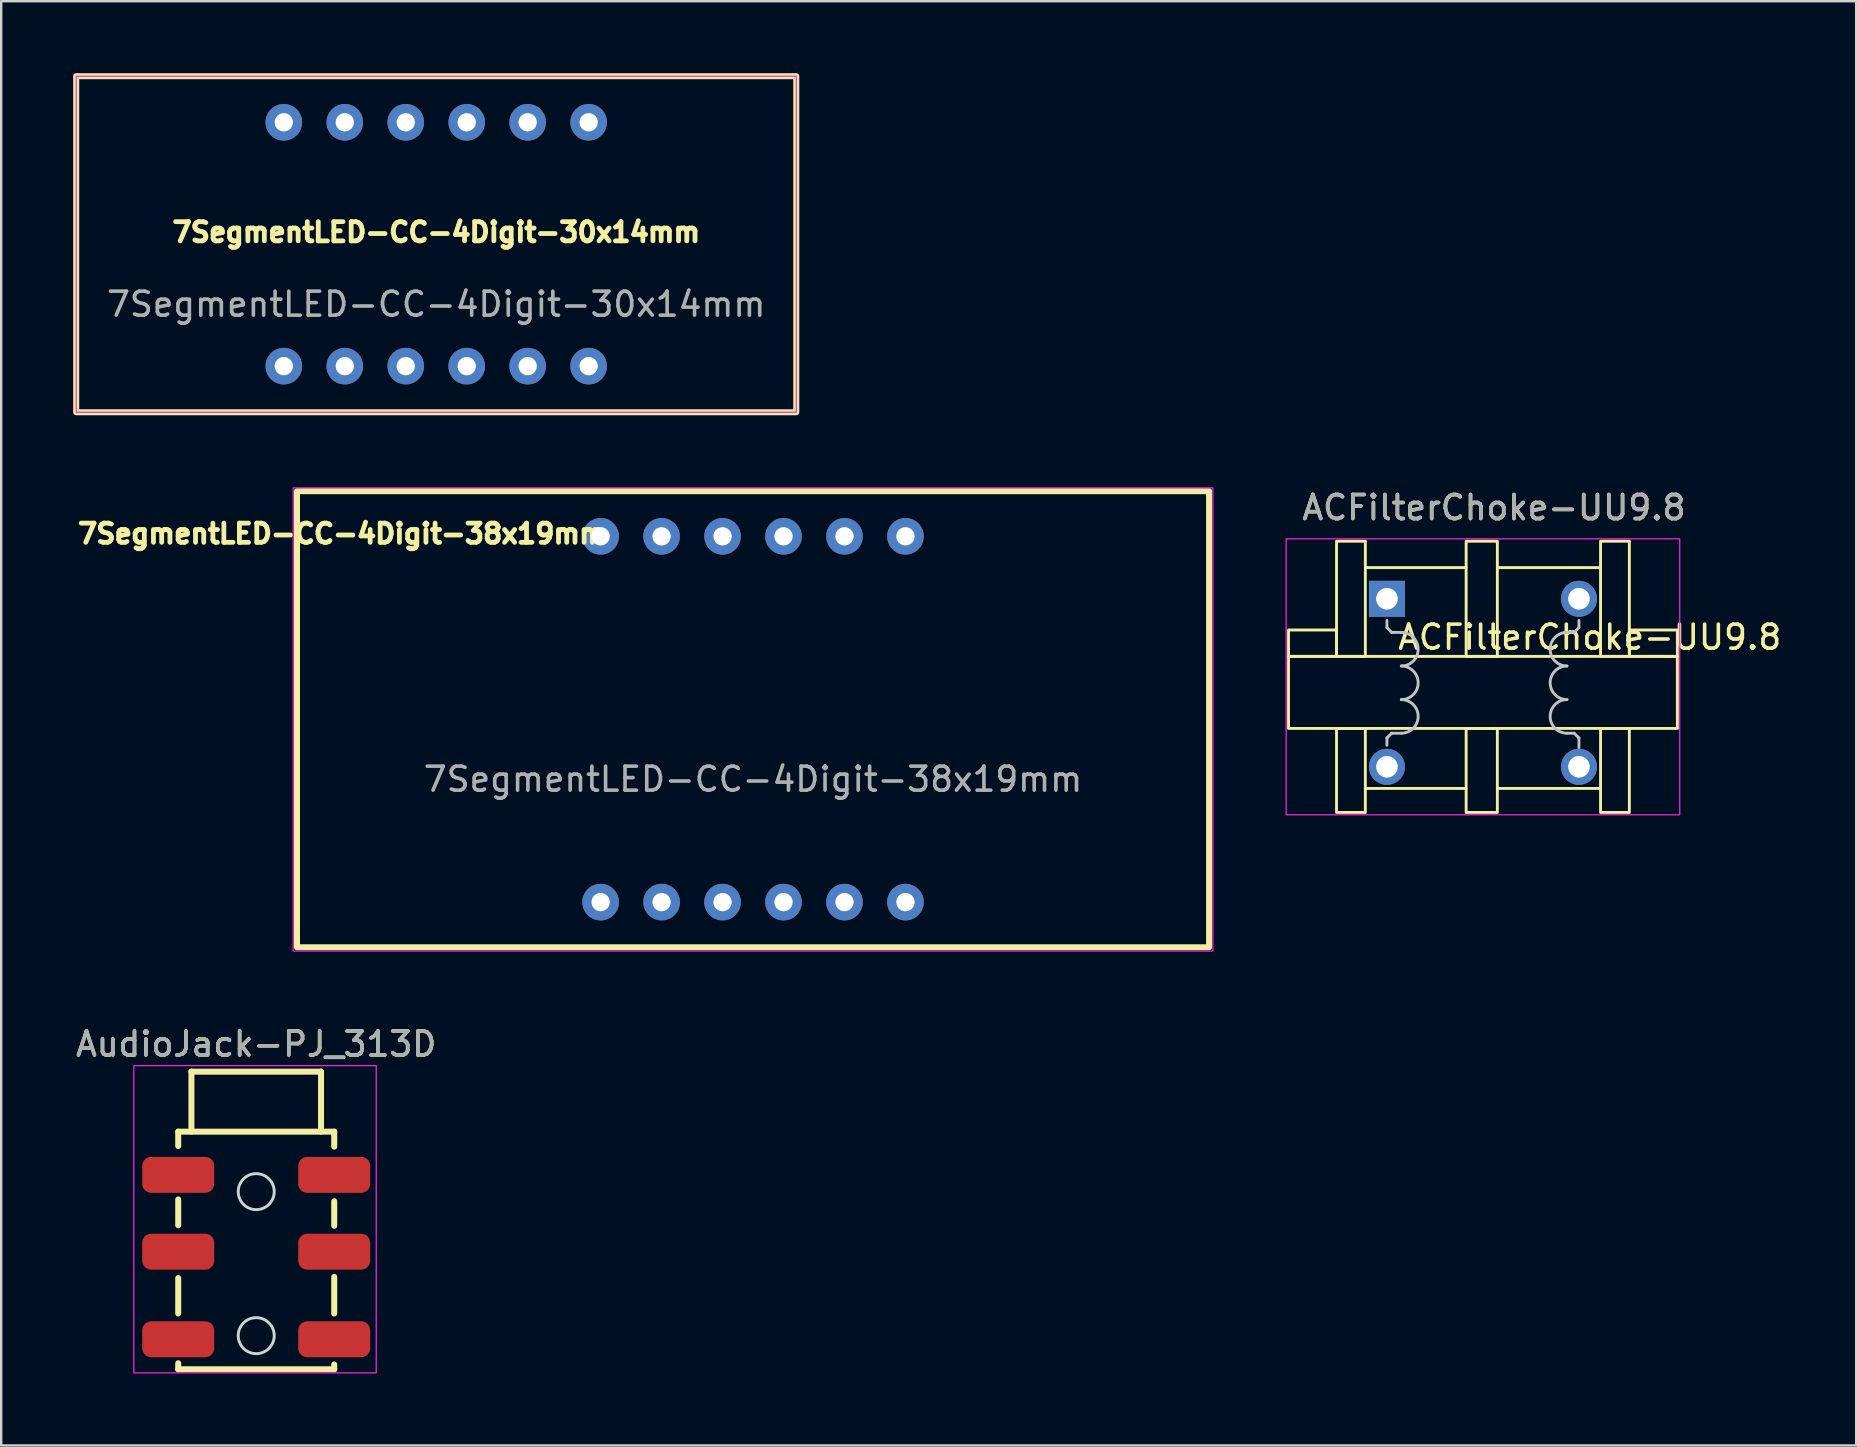
<source format=kicad_pcb>
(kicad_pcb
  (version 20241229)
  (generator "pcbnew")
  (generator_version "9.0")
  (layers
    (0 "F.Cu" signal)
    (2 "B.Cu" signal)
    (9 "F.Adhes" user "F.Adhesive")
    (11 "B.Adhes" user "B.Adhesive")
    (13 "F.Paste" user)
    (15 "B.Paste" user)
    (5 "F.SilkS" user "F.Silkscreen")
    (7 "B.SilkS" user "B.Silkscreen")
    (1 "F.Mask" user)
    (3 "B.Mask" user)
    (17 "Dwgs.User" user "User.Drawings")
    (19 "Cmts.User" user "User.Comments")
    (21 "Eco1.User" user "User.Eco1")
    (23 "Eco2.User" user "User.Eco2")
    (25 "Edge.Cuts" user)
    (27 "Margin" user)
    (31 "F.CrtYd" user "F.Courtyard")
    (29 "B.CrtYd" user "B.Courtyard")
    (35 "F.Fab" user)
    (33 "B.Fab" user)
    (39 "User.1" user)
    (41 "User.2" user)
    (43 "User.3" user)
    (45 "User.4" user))
  (footprint "ACFilterChoke-UU9.8"
    (layer "F.Cu")
    (at 58.684 25.298)
    (property "Reference" "ACFilterChoke-UU9.8" (at 4.5 -1.8 0) (unlocked yes) (layer "F.SilkS") (effects (font (size 1 1) (thickness 0.15))))
    (attr through_hole)
    (fp_line (start -4.85 -4.7) (end -0.65 -4.7) (stroke (width 0.12) (type solid)) (layer "F.SilkS"))
    (fp_line (start -4.85 4.5) (end -0.65 4.5) (stroke (width 0.12) (type solid)) (layer "F.SilkS"))
    (fp_line (start 0.65 -4.7) (end 4.95 -4.7) (stroke (width 0.12) (type solid)) (layer "F.SilkS"))
    (fp_line (start 0.65 4.5) (end 4.95 4.5) (stroke (width 0.12) (type solid)) (layer "F.SilkS"))
    (fp_rect (start -8.05 -1) (end -6.05 -2.1) (stroke (width 0.12) (type solid)) (fill no) (layer "F.SilkS"))
    (fp_rect (start -8.05 -1) (end 8.15 2) (stroke (width 0.12) (type solid)) (fill no) (layer "F.SilkS"))
    (fp_rect (start -6.05 -1) (end -4.85 -5.8) (stroke (width 0.12) (type solid)) (fill no) (layer "F.SilkS"))
    (fp_rect (start -6.05 2) (end -4.85 5.5) (stroke (width 0.12) (type solid)) (fill no) (layer "F.SilkS"))
    (fp_rect (start -0.65 -1) (end 0.65 -5.8) (stroke (width 0.12) (type solid)) (fill no) (layer "F.SilkS"))
    (fp_rect (start 0.65 5.5) (end -0.65 2) (stroke (width 0.12) (type solid)) (fill no) (layer "F.SilkS"))
    (fp_rect (start 4.95 -1) (end 6.15 -5.8) (stroke (width 0.12) (type solid)) (fill no) (layer "F.SilkS"))
    (fp_rect (start 6.15 -1) (end 8.15 -2.1) (stroke (width 0.12) (type solid)) (fill no) (layer "F.SilkS"))
    (fp_rect (start 6.15 5.5) (end 4.95 2) (stroke (width 0.12) (type solid)) (fill no) (layer "F.SilkS"))
    (fp_line (start -3.95 -2.5) (end -3.95 -2.2) (stroke (width 0.12) (type solid)) (layer "Dwgs.User"))
    (fp_line (start -3.95 -2.2) (end -3.75 -2) (stroke (width 0.12) (type solid)) (layer "Dwgs.User"))
    (fp_line (start -3.95 2.4) (end -3.95 2.7) (stroke (width 0.12) (type solid)) (layer "Dwgs.User"))
    (fp_line (start -3.75 -2) (end -3.35 -2) (stroke (width 0.12) (type solid)) (layer "Dwgs.User"))
    (fp_line (start -3.75 2.2) (end -3.95 2.4) (stroke (width 0.12) (type solid)) (layer "Dwgs.User"))
    (fp_line (start -3.35 2.2) (end -3.75 2.2) (stroke (width 0.12) (type solid)) (layer "Dwgs.User"))
    (fp_line (start 3.45 -2) (end 3.85 -2) (stroke (width 0.12) (type solid)) (layer "Dwgs.User"))
    (fp_line (start 3.85 -2) (end 4.05 -2.2) (stroke (width 0.12) (type solid)) (layer "Dwgs.User"))
    (fp_line (start 3.85 2.2) (end 3.55 2.2) (stroke (width 0.12) (type solid)) (layer "Dwgs.User"))
    (fp_line (start 4.05 -2.2) (end 4.05 -2.5) (stroke (width 0.12) (type solid)) (layer "Dwgs.User"))
    (fp_line (start 4.05 2.4) (end 3.85 2.2) (stroke (width 0.12) (type solid)) (layer "Dwgs.User"))
    (fp_line (start 4.05 2.8) (end 4.05 2.4) (stroke (width 0.12) (type solid)) (layer "Dwgs.User"))
    (fp_arc (start -3.35 -2) (mid -2.65 -1.3) (end -3.35 -0.6) (stroke (width 0.12) (type solid)) (layer "Dwgs.User"))
    (fp_arc (start -3.35 -0.6) (mid -2.65 0.1) (end -3.35 0.8) (stroke (width 0.12) (type solid)) (layer "Dwgs.User"))
    (fp_arc (start -3.35 0.8) (mid -2.65 1.5) (end -3.35 2.2) (stroke (width 0.12) (type solid)) (layer "Dwgs.User"))
    (fp_arc (start 3.55 -0.6) (mid 2.85 -1.3) (end 3.55 -2) (stroke (width 0.12) (type solid)) (layer "Dwgs.User"))
    (fp_arc (start 3.55 0.8) (mid 2.85 0.1) (end 3.55 -0.6) (stroke (width 0.12) (type solid)) (layer "Dwgs.User"))
    (fp_arc (start 3.55 2.2) (mid 2.85 1.5) (end 3.55 0.8) (stroke (width 0.12) (type solid)) (layer "Dwgs.User"))
    (fp_rect (start -8.15 -5.9) (end 8.25 5.6) (stroke (width 0.05) (type solid)) (fill no) (layer "F.CrtYd"))
    (fp_text user "${REFERENCE}" (at 0.51 -7.2 0) (unlocked yes) (layer "F.SilkS") (effects (font (size 1 1) (thickness 0.15))))
    (fp_text user "${REFERENCE}" (at 0.51 -7.2 0) (unlocked yes) (layer "F.Fab") (effects (font (size 1 1) (thickness 0.15))))
    (pad "1" thru_hole trapezoid (at -3.95 -3.4) (size 1.5 1.5) (drill 0.9) (layers "*.Cu" "*.Mask"))
    (pad "2" thru_hole circle (at -3.95 3.6) (size 1.5 1.5) (drill 0.9) (layers "*.Cu" "*.Mask"))
    (pad "3" thru_hole circle (at 4.05 -3.4) (size 1.5 1.5) (drill 0.9) (layers "*.Cu" "*.Mask"))
    (pad "4" thru_hole circle (at 4.05 3.6) (size 1.5 1.5) (drill 0.9) (layers "*.Cu" "*.Mask")))
  (footprint "7SegmentLED-CC-4Digit-38x19mm"
    (layer "F.Cu")
    (at 28.324 26.915)
    (property "Reference" "7SegmentLED-CC-4Digit-38x19mm" (at -17.133 -7.73 0) (unlocked yes) (layer "F.SilkS") (effects (font (size 0.8 0.8) (thickness 0.3))))
    (attr through_hole)
    (fp_rect (start -19 -9.5) (end 19 9.5) (stroke (width 0.25) (type default)) (fill no) (layer "F.SilkS"))
    (fp_rect (start -19.16 -9.64) (end 19.16 9.66) (stroke (width 0.05) (type default)) (fill no) (layer "F.CrtYd"))
    (fp_text user "${REFERENCE}" (at 0 2.5 0) (unlocked yes) (layer "F.Fab") (effects (font (size 1 1) (thickness 0.15))))
    (pad "1" thru_hole circle (at -6.35 7.62) (size 1.524 1.524) (drill 0.762) (layers "*.Cu" "*.Mask"))
    (pad "2" thru_hole circle (at -3.81 7.62) (size 1.524 1.524) (drill 0.762) (layers "*.Cu" "*.Mask"))
    (pad "3" thru_hole circle (at -1.27 7.62) (size 1.524 1.524) (drill 0.762) (layers "*.Cu" "*.Mask"))
    (pad "4" thru_hole circle (at 1.27 7.62) (size 1.524 1.524) (drill 0.762) (layers "*.Cu" "*.Mask"))
    (pad "5" thru_hole circle (at 3.81 7.62) (size 1.524 1.524) (drill 0.762) (layers "*.Cu" "*.Mask"))
    (pad "6" thru_hole circle (at 6.35 7.62) (size 1.524 1.524) (drill 0.762) (layers "*.Cu" "*.Mask"))
    (pad "7" thru_hole circle (at 6.35 -7.62 180) (size 1.524 1.524) (drill 0.762) (layers "*.Cu" "*.Mask"))
    (pad "8" thru_hole circle (at 3.81 -7.62 180) (size 1.524 1.524) (drill 0.762) (layers "*.Cu" "*.Mask"))
    (pad "9" thru_hole circle (at 1.27 -7.62 180) (size 1.524 1.524) (drill 0.762) (layers "*.Cu" "*.Mask"))
    (pad "10" thru_hole circle (at -1.27 -7.62 180) (size 1.524 1.524) (drill 0.762) (layers "*.Cu" "*.Mask"))
    (pad "11" thru_hole circle (at -3.81 -7.62 180) (size 1.524 1.524) (drill 0.762) (layers "*.Cu" "*.Mask"))
    (pad "12" thru_hole circle (at -6.35 -7.62 180) (size 1.524 1.524) (drill 0.762) (layers "*.Cu" "*.Mask")))
  (footprint "7SegmentLED-CC-4Digit-30x14mm"
    (layer "F.Cu")
    (at 15.125 7.125)
    (property "Reference" "7SegmentLED-CC-4Digit-30x14mm" (at 0 -0.5 0) (unlocked yes) (layer "F.SilkS") (effects (font (size 0.8 0.8) (thickness 0.3))))
    (attr through_hole)
    (fp_rect (start -15 -7) (end 15 7) (stroke (width 0.25) (type solid)) (fill no) (layer "F.SilkS"))
    (fp_rect (start -15 -7) (end 15 7) (stroke (width 0.05) (type default)) (fill no) (layer "F.CrtYd"))
    (fp_text user "${REFERENCE}" (at 0 2.5 0) (unlocked yes) (layer "F.Fab") (effects (font (size 1 1) (thickness 0.15))))
    (pad "1" thru_hole circle (at -6.35 5.08) (size 1.524 1.524) (drill 0.762) (layers "*.Cu" "*.Mask"))
    (pad "2" thru_hole circle (at -3.81 5.08) (size 1.524 1.524) (drill 0.762) (layers "*.Cu" "*.Mask"))
    (pad "3" thru_hole circle (at -1.27 5.08) (size 1.524 1.524) (drill 0.762) (layers "*.Cu" "*.Mask"))
    (pad "4" thru_hole circle (at 1.27 5.08) (size 1.524 1.524) (drill 0.762) (layers "*.Cu" "*.Mask"))
    (pad "5" thru_hole circle (at 3.81 5.08) (size 1.524 1.524) (drill 0.762) (layers "*.Cu" "*.Mask"))
    (pad "6" thru_hole circle (at 6.35 5.08) (size 1.524 1.524) (drill 0.762) (layers "*.Cu" "*.Mask"))
    (pad "7" thru_hole circle (at 6.35 -5.08) (size 1.524 1.524) (drill 0.762) (layers "*.Cu" "*.Mask"))
    (pad "8" thru_hole circle (at 3.81 -5.08) (size 1.524 1.524) (drill 0.762) (layers "*.Cu" "*.Mask"))
    (pad "9" thru_hole circle (at 1.27 -5.08) (size 1.524 1.524) (drill 0.762) (layers "*.Cu" "*.Mask"))
    (pad "10" thru_hole circle (at -1.27 -5.08) (size 1.524 1.524) (drill 0.762) (layers "*.Cu" "*.Mask"))
    (pad "11" thru_hole circle (at -3.81 -5.08) (size 1.524 1.524) (drill 0.762) (layers "*.Cu" "*.Mask"))
    (pad "12" thru_hole circle (at -6.35 -5.08) (size 1.524 1.524) (drill 0.762) (layers "*.Cu" "*.Mask")))
  (footprint "AudioJack-PJ_313D"
    (layer "F.Cu")
    (at 7.625 49.148)
    (property "Reference" "AudioJack-PJ_313D" (at 0 -8.7 0) (unlocked yes) (layer "F.SilkS") (effects (font (size 1 1) (thickness 0.15))))
    (attr smd)
    (fp_line (start -3.25 -5.05) (end 3.25 -5.05) (stroke (width 0.25) (type solid)) (layer "F.SilkS"))
    (fp_line (start -3.25 -4.45) (end -3.25 -5.05) (stroke (width 0.25) (type solid)) (layer "F.SilkS"))
    (fp_line (start -3.25 -1.15) (end -3.25 -2.225) (stroke (width 0.25) (type solid)) (layer "F.SilkS"))
    (fp_line (start -3.25 2.525) (end -3.25 1.05) (stroke (width 0.25) (type solid)) (layer "F.SilkS"))
    (fp_line (start -3.25 4.85) (end -3.25 4.6) (stroke (width 0.25) (type solid)) (layer "F.SilkS"))
    (fp_line (start -2.7 -7.55) (end 2.7 -7.55) (stroke (width 0.25) (type solid)) (layer "F.SilkS"))
    (fp_line (start -2.7 -5.05) (end -2.7 -7.55) (stroke (width 0.25) (type solid)) (layer "F.SilkS"))
    (fp_line (start 2.7 -5.05) (end 2.7 -7.55) (stroke (width 0.25) (type solid)) (layer "F.SilkS"))
    (fp_line (start 3.25 -4.425) (end 3.25 -5.05) (stroke (width 0.25) (type solid)) (layer "F.SilkS"))
    (fp_line (start 3.25 -2.15) (end 3.25 -1.125) (stroke (width 0.25) (type solid)) (layer "F.SilkS"))
    (fp_line (start 3.25 1) (end 3.25 2.525) (stroke (width 0.25) (type solid)) (layer "F.SilkS"))
    (fp_line (start 3.25 4.65) (end 3.25 4.85) (stroke (width 0.25) (type solid)) (layer "F.SilkS"))
    (fp_line (start 3.25 4.85) (end -3.25 4.85) (stroke (width 0.25) (type solid)) (layer "F.SilkS"))
    (fp_circle (center 0 -2.55) (end 0.75 -2.55) (stroke (width 0.12) (type solid)) (fill no) (layer "Edge.Cuts"))
    (fp_circle (center 0 3.45) (end 0.75 3.45) (stroke (width 0.12) (type solid)) (fill no) (layer "Edge.Cuts"))
    (fp_rect (start -5.1 -7.8) (end 5 5) (stroke (width 0.05) (type solid)) (fill no) (layer "F.CrtYd"))
    (fp_text user "${REFERENCE}" (at 0 -8.7 0) (unlocked yes) (layer "F.Fab") (effects (font (size 1 1) (thickness 0.15))))
    (pad "R" smd roundrect (at -3.25 -0.05) (size 3 1.5) (layers "F.Cu" "F.Mask" "F.Paste") (roundrect_rratio 0.25))
    (pad "R" smd roundrect (at 3.25 -0.05) (size 3 1.5) (layers "F.Cu" "F.Mask" "F.Paste") (roundrect_rratio 0.25))
    (pad "S" smd roundrect (at -3.25 -3.25) (size 3 1.5) (layers "F.Cu" "F.Mask" "F.Paste") (roundrect_rratio 0.25))
    (pad "S" smd roundrect (at 3.25 -3.25) (size 3 1.5) (layers "F.Cu" "F.Mask" "F.Paste") (roundrect_rratio 0.25))
    (pad "T" smd roundrect (at -3.25 3.6) (size 3 1.5) (layers "F.Cu" "F.Mask" "F.Paste") (roundrect_rratio 0.25))
    (pad "T" smd roundrect (at 3.25 3.6) (size 3 1.5) (layers "F.Cu" "F.Mask" "F.Paste") (roundrect_rratio 0.25)))
  (gr_rect
    (start -3 -3)
    (end 74.285 57.173)
    (stroke (width 0.1) (type default))
    (fill no)
    (layer "Edge.Cuts")))
</source>
